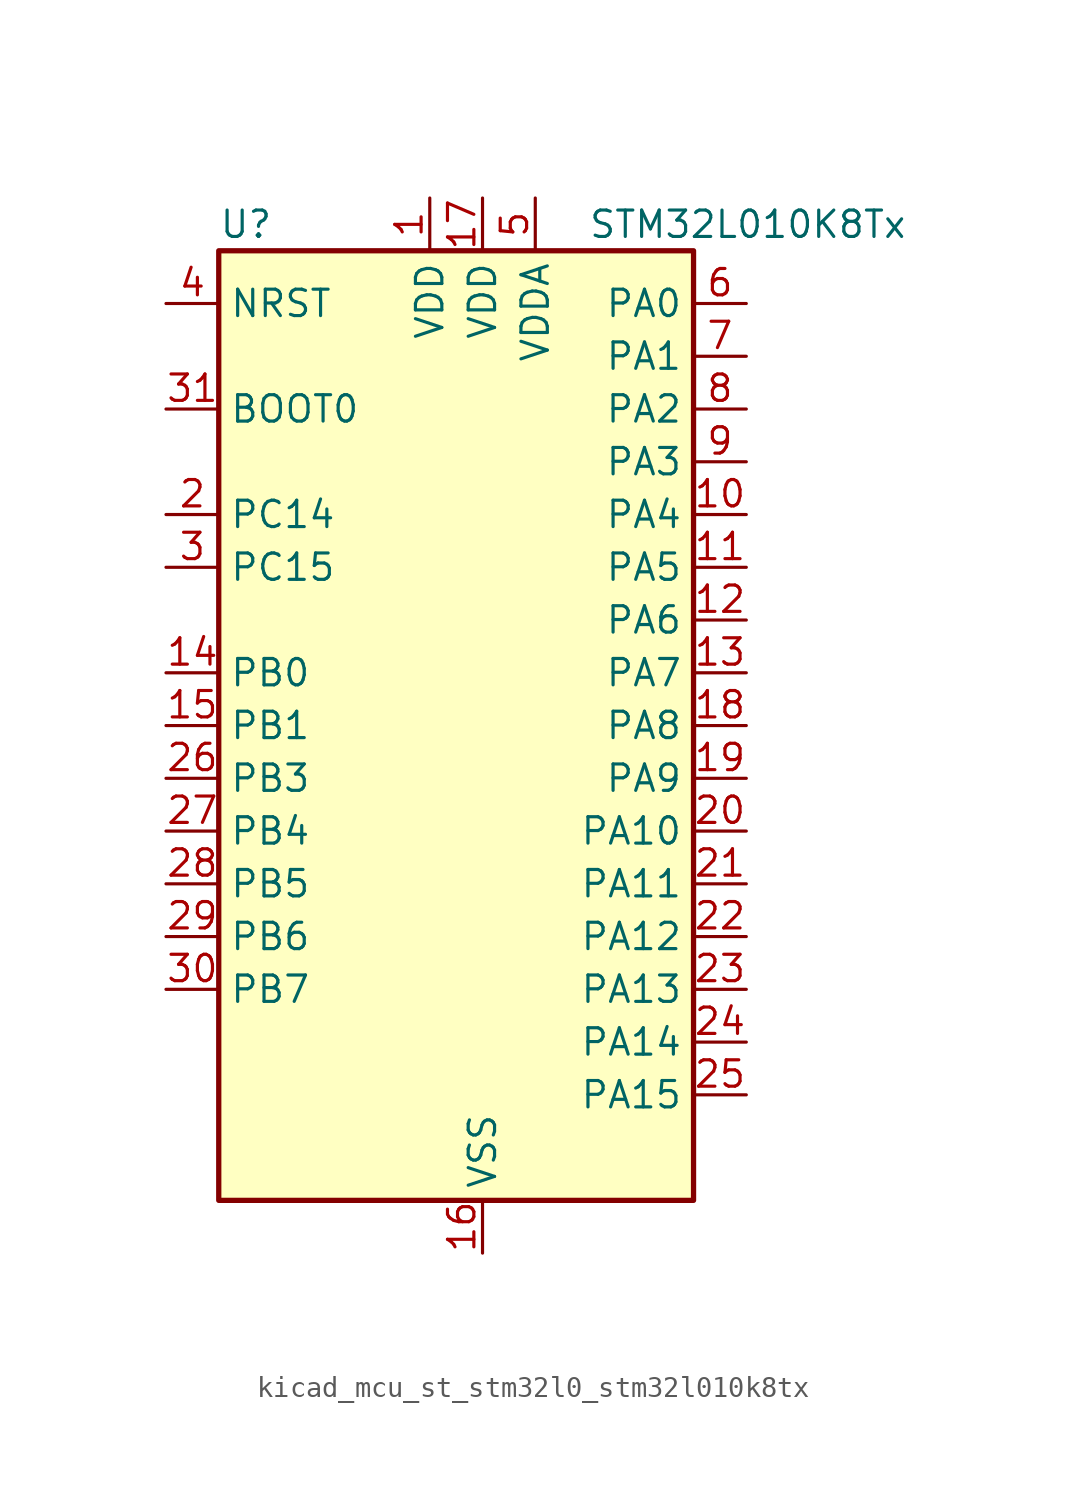
<source format=kicad_sym>
(kicad_symbol_lib
  (version 20220914)
  (generator kicad_symbol_editor)
  (symbol "kicad_mcu_st_stm32l0_stm32l010k8tx"
    (property "Reference" "U"
      (at -10.16 24.13 0)
      (effects (font (size 1.27 1.27)) (justify left)))
    (property "Value" "STM32L010K8Tx"
      (at 7.62 24.13 0)
      (effects (font (size 1.27 1.27)) (justify left)))
    (property "ki_locked" ""
      (at 0 0 0)
      (effects (font (size 1.27 1.27))))
    (symbol "kicad_mcu_st_stm32l0_stm32l010k8tx_0_1"
      (rectangle (start -10.16 -22.86) (end 12.7 22.86) (stroke (width 0.254) (type default)) (fill (type background))))
    (symbol "kicad_mcu_st_stm32l0_stm32l010k8tx_1_1"
      (pin power_in line (at 0 25.4 270) (length 2.54) (name "VDD" (effects (font (size 1.27 1.27)))) (number "1" (effects (font (size 1.27 1.27)))))
      (pin bidirectional line (at 15.24 10.16 180) (length 2.54) (name "PA4" (effects (font (size 1.27 1.27)))) (number "10" (effects (font (size 1.27 1.27)))) (alternate "ADC_IN4" bidirectional line) (alternate "SPI1_NSS" bidirectional line) (alternate "USART2_CK" bidirectional line))
      (pin bidirectional line (at 15.24 7.62 180) (length 2.54) (name "PA5" (effects (font (size 1.27 1.27)))) (number "11" (effects (font (size 1.27 1.27)))) (alternate "ADC_IN5" bidirectional line) (alternate "SPI1_SCK" bidirectional line) (alternate "TIM2_CH1" bidirectional line) (alternate "TIM2_ETR" bidirectional line))
      (pin bidirectional line (at 15.24 5.08 180) (length 2.54) (name "PA6" (effects (font (size 1.27 1.27)))) (number "12" (effects (font (size 1.27 1.27)))) (alternate "ADC_IN6" bidirectional line) (alternate "SPI1_MISO" bidirectional line))
      (pin bidirectional line (at 15.24 2.54 180) (length 2.54) (name "PA7" (effects (font (size 1.27 1.27)))) (number "13" (effects (font (size 1.27 1.27)))) (alternate "ADC_IN7" bidirectional line) (alternate "SPI1_MOSI" bidirectional line))
      (pin bidirectional line (at -12.7 2.54 0) (length 2.54) (name "PB0" (effects (font (size 1.27 1.27)))) (number "14" (effects (font (size 1.27 1.27)))) (alternate "ADC_IN8" bidirectional line) (alternate "SYS_VREF_OUT_PB0" bidirectional line))
      (pin bidirectional line (at -12.7 0 0) (length 2.54) (name "PB1" (effects (font (size 1.27 1.27)))) (number "15" (effects (font (size 1.27 1.27)))) (alternate "ADC_IN9" bidirectional line) (alternate "SYS_VREF_OUT_PB1" bidirectional line))
      (pin power_in line (at 2.54 -25.4 90) (length 2.54) (name "VSS" (effects (font (size 1.27 1.27)))) (number "16" (effects (font (size 1.27 1.27)))))
      (pin power_in line (at 2.54 25.4 270) (length 2.54) (name "VDD" (effects (font (size 1.27 1.27)))) (number "17" (effects (font (size 1.27 1.27)))))
      (pin bidirectional line (at 15.24 0 180) (length 2.54) (name "PA8" (effects (font (size 1.27 1.27)))) (number "18" (effects (font (size 1.27 1.27)))) (alternate "RCC_MCO" bidirectional line))
      (pin bidirectional line (at 15.24 -2.54 180) (length 2.54) (name "PA9" (effects (font (size 1.27 1.27)))) (number "19" (effects (font (size 1.27 1.27)))) (alternate "RCC_MCO" bidirectional line))
      (pin bidirectional line (at -12.7 10.16 0) (length 2.54) (name "PC14" (effects (font (size 1.27 1.27)))) (number "2" (effects (font (size 1.27 1.27)))) (alternate "RCC_OSC32_IN" bidirectional line))
      (pin bidirectional line (at 15.24 -5.08 180) (length 2.54) (name "PA10" (effects (font (size 1.27 1.27)))) (number "20" (effects (font (size 1.27 1.27)))))
      (pin bidirectional line (at 15.24 -7.62 180) (length 2.54) (name "PA11" (effects (font (size 1.27 1.27)))) (number "21" (effects (font (size 1.27 1.27)))) (alternate "ADC_EXTI11" bidirectional line) (alternate "SPI1_MISO" bidirectional line))
      (pin bidirectional line (at 15.24 -10.16 180) (length 2.54) (name "PA12" (effects (font (size 1.27 1.27)))) (number "22" (effects (font (size 1.27 1.27)))) (alternate "SPI1_MOSI" bidirectional line))
      (pin bidirectional line (at 15.24 -12.7 180) (length 2.54) (name "PA13" (effects (font (size 1.27 1.27)))) (number "23" (effects (font (size 1.27 1.27)))) (alternate "SYS_SWDIO" bidirectional line))
      (pin bidirectional line (at 15.24 -15.24 180) (length 2.54) (name "PA14" (effects (font (size 1.27 1.27)))) (number "24" (effects (font (size 1.27 1.27)))) (alternate "SYS_SWCLK" bidirectional line) (alternate "USART2_TX" bidirectional line))
      (pin bidirectional line (at 15.24 -17.78 180) (length 2.54) (name "PA15" (effects (font (size 1.27 1.27)))) (number "25" (effects (font (size 1.27 1.27)))) (alternate "SPI1_NSS" bidirectional line) (alternate "TIM2_CH1" bidirectional line) (alternate "TIM2_ETR" bidirectional line) (alternate "USART2_RX" bidirectional line))
      (pin bidirectional line (at -12.7 -2.54 0) (length 2.54) (name "PB3" (effects (font (size 1.27 1.27)))) (number "26" (effects (font (size 1.27 1.27)))) (alternate "SPI1_SCK" bidirectional line) (alternate "TIM2_CH2" bidirectional line))
      (pin bidirectional line (at -12.7 -5.08 0) (length 2.54) (name "PB4" (effects (font (size 1.27 1.27)))) (number "27" (effects (font (size 1.27 1.27)))) (alternate "SPI1_MISO" bidirectional line))
      (pin bidirectional line (at -12.7 -7.62 0) (length 2.54) (name "PB5" (effects (font (size 1.27 1.27)))) (number "28" (effects (font (size 1.27 1.27)))) (alternate "I2C1_SMBA" bidirectional line) (alternate "LPTIM1_IN1" bidirectional line) (alternate "SPI1_MOSI" bidirectional line))
      (pin bidirectional line (at -12.7 -10.16 0) (length 2.54) (name "PB6" (effects (font (size 1.27 1.27)))) (number "29" (effects (font (size 1.27 1.27)))) (alternate "I2C1_SCL" bidirectional line) (alternate "LPTIM1_ETR" bidirectional line))
      (pin bidirectional line (at -12.7 7.62 0) (length 2.54) (name "PC15" (effects (font (size 1.27 1.27)))) (number "3" (effects (font (size 1.27 1.27)))) (alternate "RCC_OSC32_OUT" bidirectional line))
      (pin bidirectional line (at -12.7 -12.7 0) (length 2.54) (name "PB7" (effects (font (size 1.27 1.27)))) (number "30" (effects (font (size 1.27 1.27)))) (alternate "I2C1_SDA" bidirectional line) (alternate "LPTIM1_IN2" bidirectional line) (alternate "SYS_PVD_IN" bidirectional line))
      (pin input line (at -12.7 15.24 0) (length 2.54) (name "BOOT0" (effects (font (size 1.27 1.27)))) (number "31" (effects (font (size 1.27 1.27)))))
      (pin passive line (at 2.54 -25.4 90) (length 2.54) hide (name "VSS" (effects (font (size 1.27 1.27)))) (number "32" (effects (font (size 1.27 1.27)))))
      (pin input line (at -12.7 20.32 0) (length 2.54) (name "NRST" (effects (font (size 1.27 1.27)))) (number "4" (effects (font (size 1.27 1.27)))))
      (pin power_in line (at 5.08 25.4 270) (length 2.54) (name "VDDA" (effects (font (size 1.27 1.27)))) (number "5" (effects (font (size 1.27 1.27)))))
      (pin bidirectional line (at 15.24 20.32 180) (length 2.54) (name "PA0" (effects (font (size 1.27 1.27)))) (number "6" (effects (font (size 1.27 1.27)))) (alternate "ADC_IN0" bidirectional line) (alternate "RTC_TAMP2" bidirectional line) (alternate "SYS_WKUP1" bidirectional line) (alternate "TIM2_CH1" bidirectional line) (alternate "TIM2_ETR" bidirectional line) (alternate "USART2_CTS" bidirectional line))
      (pin bidirectional line (at 15.24 17.78 180) (length 2.54) (name "PA1" (effects (font (size 1.27 1.27)))) (number "7" (effects (font (size 1.27 1.27)))) (alternate "ADC_IN1" bidirectional line) (alternate "TIM21_ETR" bidirectional line) (alternate "TIM2_CH2" bidirectional line) (alternate "USART2_DE" bidirectional line) (alternate "USART2_RTS" bidirectional line))
      (pin bidirectional line (at 15.24 15.24 180) (length 2.54) (name "PA2" (effects (font (size 1.27 1.27)))) (number "8" (effects (font (size 1.27 1.27)))) (alternate "ADC_IN2" bidirectional line) (alternate "TIM21_CH1" bidirectional line) (alternate "TIM2_CH3" bidirectional line) (alternate "USART2_TX" bidirectional line))
      (pin bidirectional line (at 15.24 12.7 180) (length 2.54) (name "PA3" (effects (font (size 1.27 1.27)))) (number "9" (effects (font (size 1.27 1.27)))) (alternate "ADC_IN3" bidirectional line) (alternate "TIM21_CH2" bidirectional line) (alternate "TIM2_CH4" bidirectional line) (alternate "USART2_RX" bidirectional line)))))
</source>
